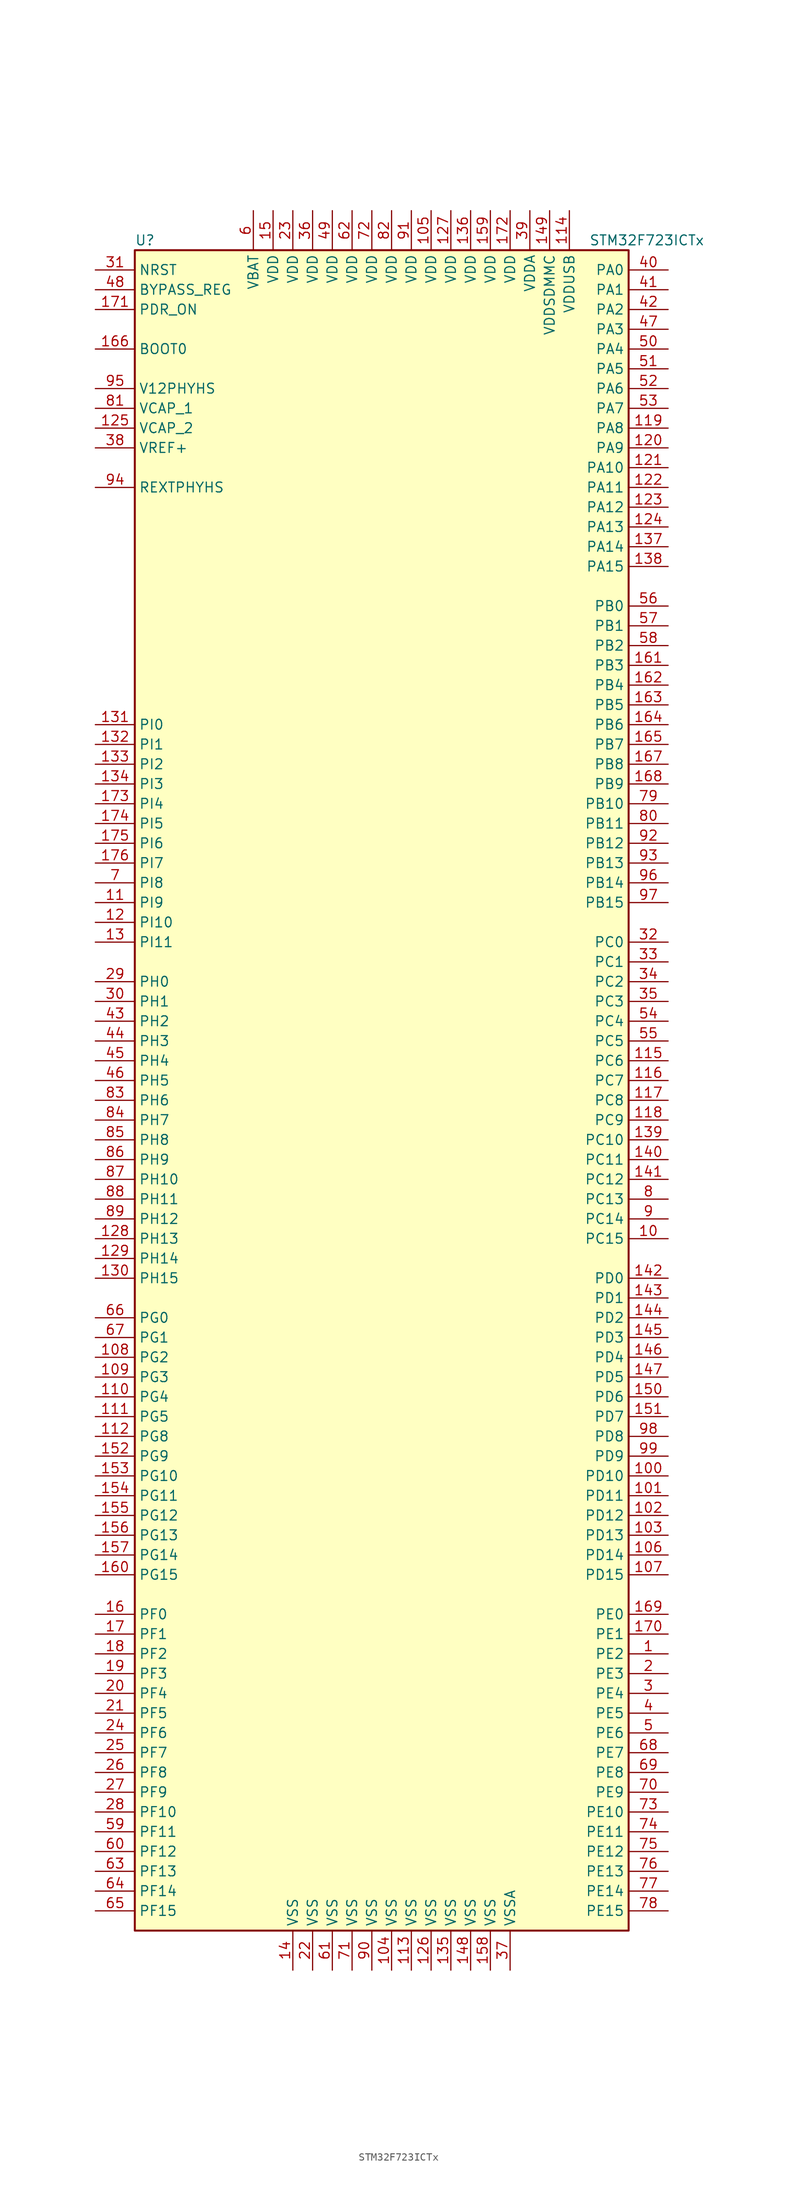
<source format=kicad_sym>
(kicad_symbol_lib
  (version 20201005)
  (generator kicad_symbol_editor)
  (symbol "STM32F723ICTx"
    (property "Reference" "U"
      (at -33.02 107.95 0)
      (effects (font (size 1.27 1.27)) (justify left)))
    (property "Value" "STM32F723ICTx"
      (at 25.4 107.95 0)
      (effects (font (size 1.27 1.27)) (justify left)))
    (symbol "STM32F723ICTx_0_1"
      (rectangle (start -33.02 -109.22) (end 30.48 106.68) (stroke (width 0.254)) (fill (type background))))
    (symbol "STM32F723ICTx_1_1"
      (pin input line (at -38.1 93.98 0) (length 5.08) (name "BOOT0" (effects (font (size 1.27 1.27)))) (number "166" (effects (font (size 1.27 1.27)))))
      (pin input line (at -38.1 101.6 0) (length 5.08) (name "BYPASS_REG" (effects (font (size 1.27 1.27)))) (number "48" (effects (font (size 1.27 1.27)))))
      (pin input line (at -38.1 104.14 0) (length 5.08) (name "NRST" (effects (font (size 1.27 1.27)))) (number "31" (effects (font (size 1.27 1.27)))))
      (pin bidirectional line (at 35.56 104.14 180) (length 5.08) (name "PA0" (effects (font (size 1.27 1.27)))) (number "40" (effects (font (size 1.27 1.27)))))
      (pin bidirectional line (at 35.56 101.6 180) (length 5.08) (name "PA1" (effects (font (size 1.27 1.27)))) (number "41" (effects (font (size 1.27 1.27)))))
      (pin bidirectional line (at 35.56 78.74 180) (length 5.08) (name "PA10" (effects (font (size 1.27 1.27)))) (number "121" (effects (font (size 1.27 1.27)))))
      (pin bidirectional line (at 35.56 76.2 180) (length 5.08) (name "PA11" (effects (font (size 1.27 1.27)))) (number "122" (effects (font (size 1.27 1.27)))))
      (pin bidirectional line (at 35.56 73.66 180) (length 5.08) (name "PA12" (effects (font (size 1.27 1.27)))) (number "123" (effects (font (size 1.27 1.27)))))
      (pin bidirectional line (at 35.56 71.12 180) (length 5.08) (name "PA13" (effects (font (size 1.27 1.27)))) (number "124" (effects (font (size 1.27 1.27)))))
      (pin bidirectional line (at 35.56 68.58 180) (length 5.08) (name "PA14" (effects (font (size 1.27 1.27)))) (number "137" (effects (font (size 1.27 1.27)))))
      (pin bidirectional line (at 35.56 66.04 180) (length 5.08) (name "PA15" (effects (font (size 1.27 1.27)))) (number "138" (effects (font (size 1.27 1.27)))))
      (pin bidirectional line (at 35.56 99.06 180) (length 5.08) (name "PA2" (effects (font (size 1.27 1.27)))) (number "42" (effects (font (size 1.27 1.27)))))
      (pin bidirectional line (at 35.56 96.52 180) (length 5.08) (name "PA3" (effects (font (size 1.27 1.27)))) (number "47" (effects (font (size 1.27 1.27)))))
      (pin bidirectional line (at 35.56 93.98 180) (length 5.08) (name "PA4" (effects (font (size 1.27 1.27)))) (number "50" (effects (font (size 1.27 1.27)))))
      (pin bidirectional line (at 35.56 91.44 180) (length 5.08) (name "PA5" (effects (font (size 1.27 1.27)))) (number "51" (effects (font (size 1.27 1.27)))))
      (pin bidirectional line (at 35.56 88.9 180) (length 5.08) (name "PA6" (effects (font (size 1.27 1.27)))) (number "52" (effects (font (size 1.27 1.27)))))
      (pin bidirectional line (at 35.56 86.36 180) (length 5.08) (name "PA7" (effects (font (size 1.27 1.27)))) (number "53" (effects (font (size 1.27 1.27)))))
      (pin bidirectional line (at 35.56 83.82 180) (length 5.08) (name "PA8" (effects (font (size 1.27 1.27)))) (number "119" (effects (font (size 1.27 1.27)))))
      (pin bidirectional line (at 35.56 81.28 180) (length 5.08) (name "PA9" (effects (font (size 1.27 1.27)))) (number "120" (effects (font (size 1.27 1.27)))))
      (pin bidirectional line (at 35.56 60.96 180) (length 5.08) (name "PB0" (effects (font (size 1.27 1.27)))) (number "56" (effects (font (size 1.27 1.27)))))
      (pin bidirectional line (at 35.56 58.42 180) (length 5.08) (name "PB1" (effects (font (size 1.27 1.27)))) (number "57" (effects (font (size 1.27 1.27)))))
      (pin bidirectional line (at 35.56 35.56 180) (length 5.08) (name "PB10" (effects (font (size 1.27 1.27)))) (number "79" (effects (font (size 1.27 1.27)))))
      (pin bidirectional line (at 35.56 33.02 180) (length 5.08) (name "PB11" (effects (font (size 1.27 1.27)))) (number "80" (effects (font (size 1.27 1.27)))))
      (pin bidirectional line (at 35.56 30.48 180) (length 5.08) (name "PB12" (effects (font (size 1.27 1.27)))) (number "92" (effects (font (size 1.27 1.27)))))
      (pin bidirectional line (at 35.56 27.94 180) (length 5.08) (name "PB13" (effects (font (size 1.27 1.27)))) (number "93" (effects (font (size 1.27 1.27)))))
      (pin bidirectional line (at 35.56 25.4 180) (length 5.08) (name "PB14" (effects (font (size 1.27 1.27)))) (number "96" (effects (font (size 1.27 1.27)))))
      (pin bidirectional line (at 35.56 22.86 180) (length 5.08) (name "PB15" (effects (font (size 1.27 1.27)))) (number "97" (effects (font (size 1.27 1.27)))))
      (pin bidirectional line (at 35.56 55.88 180) (length 5.08) (name "PB2" (effects (font (size 1.27 1.27)))) (number "58" (effects (font (size 1.27 1.27)))))
      (pin bidirectional line (at 35.56 53.34 180) (length 5.08) (name "PB3" (effects (font (size 1.27 1.27)))) (number "161" (effects (font (size 1.27 1.27)))))
      (pin bidirectional line (at 35.56 50.8 180) (length 5.08) (name "PB4" (effects (font (size 1.27 1.27)))) (number "162" (effects (font (size 1.27 1.27)))))
      (pin bidirectional line (at 35.56 48.26 180) (length 5.08) (name "PB5" (effects (font (size 1.27 1.27)))) (number "163" (effects (font (size 1.27 1.27)))))
      (pin bidirectional line (at 35.56 45.72 180) (length 5.08) (name "PB6" (effects (font (size 1.27 1.27)))) (number "164" (effects (font (size 1.27 1.27)))))
      (pin bidirectional line (at 35.56 43.18 180) (length 5.08) (name "PB7" (effects (font (size 1.27 1.27)))) (number "165" (effects (font (size 1.27 1.27)))))
      (pin bidirectional line (at 35.56 40.64 180) (length 5.08) (name "PB8" (effects (font (size 1.27 1.27)))) (number "167" (effects (font (size 1.27 1.27)))))
      (pin bidirectional line (at 35.56 38.1 180) (length 5.08) (name "PB9" (effects (font (size 1.27 1.27)))) (number "168" (effects (font (size 1.27 1.27)))))
      (pin bidirectional line (at 35.56 17.78 180) (length 5.08) (name "PC0" (effects (font (size 1.27 1.27)))) (number "32" (effects (font (size 1.27 1.27)))))
      (pin bidirectional line (at 35.56 15.24 180) (length 5.08) (name "PC1" (effects (font (size 1.27 1.27)))) (number "33" (effects (font (size 1.27 1.27)))))
      (pin bidirectional line (at 35.56 -7.62 180) (length 5.08) (name "PC10" (effects (font (size 1.27 1.27)))) (number "139" (effects (font (size 1.27 1.27)))))
      (pin bidirectional line (at 35.56 -10.16 180) (length 5.08) (name "PC11" (effects (font (size 1.27 1.27)))) (number "140" (effects (font (size 1.27 1.27)))))
      (pin bidirectional line (at 35.56 -12.7 180) (length 5.08) (name "PC12" (effects (font (size 1.27 1.27)))) (number "141" (effects (font (size 1.27 1.27)))))
      (pin bidirectional line (at 35.56 -15.24 180) (length 5.08) (name "PC13" (effects (font (size 1.27 1.27)))) (number "8" (effects (font (size 1.27 1.27)))))
      (pin bidirectional line (at 35.56 -17.78 180) (length 5.08) (name "PC14" (effects (font (size 1.27 1.27)))) (number "9" (effects (font (size 1.27 1.27)))))
      (pin bidirectional line (at 35.56 -20.32 180) (length 5.08) (name "PC15" (effects (font (size 1.27 1.27)))) (number "10" (effects (font (size 1.27 1.27)))))
      (pin bidirectional line (at 35.56 12.7 180) (length 5.08) (name "PC2" (effects (font (size 1.27 1.27)))) (number "34" (effects (font (size 1.27 1.27)))))
      (pin bidirectional line (at 35.56 10.16 180) (length 5.08) (name "PC3" (effects (font (size 1.27 1.27)))) (number "35" (effects (font (size 1.27 1.27)))))
      (pin bidirectional line (at 35.56 7.62 180) (length 5.08) (name "PC4" (effects (font (size 1.27 1.27)))) (number "54" (effects (font (size 1.27 1.27)))))
      (pin bidirectional line (at 35.56 5.08 180) (length 5.08) (name "PC5" (effects (font (size 1.27 1.27)))) (number "55" (effects (font (size 1.27 1.27)))))
      (pin bidirectional line (at 35.56 2.54 180) (length 5.08) (name "PC6" (effects (font (size 1.27 1.27)))) (number "115" (effects (font (size 1.27 1.27)))))
      (pin bidirectional line (at 35.56 0 180) (length 5.08) (name "PC7" (effects (font (size 1.27 1.27)))) (number "116" (effects (font (size 1.27 1.27)))))
      (pin bidirectional line (at 35.56 -2.54 180) (length 5.08) (name "PC8" (effects (font (size 1.27 1.27)))) (number "117" (effects (font (size 1.27 1.27)))))
      (pin bidirectional line (at 35.56 -5.08 180) (length 5.08) (name "PC9" (effects (font (size 1.27 1.27)))) (number "118" (effects (font (size 1.27 1.27)))))
      (pin bidirectional line (at 35.56 -25.4 180) (length 5.08) (name "PD0" (effects (font (size 1.27 1.27)))) (number "142" (effects (font (size 1.27 1.27)))))
      (pin bidirectional line (at 35.56 -27.94 180) (length 5.08) (name "PD1" (effects (font (size 1.27 1.27)))) (number "143" (effects (font (size 1.27 1.27)))))
      (pin bidirectional line (at 35.56 -50.8 180) (length 5.08) (name "PD10" (effects (font (size 1.27 1.27)))) (number "100" (effects (font (size 1.27 1.27)))))
      (pin bidirectional line (at 35.56 -53.34 180) (length 5.08) (name "PD11" (effects (font (size 1.27 1.27)))) (number "101" (effects (font (size 1.27 1.27)))))
      (pin bidirectional line (at 35.56 -55.88 180) (length 5.08) (name "PD12" (effects (font (size 1.27 1.27)))) (number "102" (effects (font (size 1.27 1.27)))))
      (pin bidirectional line (at 35.56 -58.42 180) (length 5.08) (name "PD13" (effects (font (size 1.27 1.27)))) (number "103" (effects (font (size 1.27 1.27)))))
      (pin bidirectional line (at 35.56 -60.96 180) (length 5.08) (name "PD14" (effects (font (size 1.27 1.27)))) (number "106" (effects (font (size 1.27 1.27)))))
      (pin bidirectional line (at 35.56 -63.5 180) (length 5.08) (name "PD15" (effects (font (size 1.27 1.27)))) (number "107" (effects (font (size 1.27 1.27)))))
      (pin bidirectional line (at 35.56 -30.48 180) (length 5.08) (name "PD2" (effects (font (size 1.27 1.27)))) (number "144" (effects (font (size 1.27 1.27)))))
      (pin bidirectional line (at 35.56 -33.02 180) (length 5.08) (name "PD3" (effects (font (size 1.27 1.27)))) (number "145" (effects (font (size 1.27 1.27)))))
      (pin bidirectional line (at 35.56 -35.56 180) (length 5.08) (name "PD4" (effects (font (size 1.27 1.27)))) (number "146" (effects (font (size 1.27 1.27)))))
      (pin bidirectional line (at 35.56 -38.1 180) (length 5.08) (name "PD5" (effects (font (size 1.27 1.27)))) (number "147" (effects (font (size 1.27 1.27)))))
      (pin bidirectional line (at 35.56 -40.64 180) (length 5.08) (name "PD6" (effects (font (size 1.27 1.27)))) (number "150" (effects (font (size 1.27 1.27)))))
      (pin bidirectional line (at 35.56 -43.18 180) (length 5.08) (name "PD7" (effects (font (size 1.27 1.27)))) (number "151" (effects (font (size 1.27 1.27)))))
      (pin bidirectional line (at 35.56 -45.72 180) (length 5.08) (name "PD8" (effects (font (size 1.27 1.27)))) (number "98" (effects (font (size 1.27 1.27)))))
      (pin bidirectional line (at 35.56 -48.26 180) (length 5.08) (name "PD9" (effects (font (size 1.27 1.27)))) (number "99" (effects (font (size 1.27 1.27)))))
      (pin input line (at -38.1 99.06 0) (length 5.08) (name "PDR_ON" (effects (font (size 1.27 1.27)))) (number "171" (effects (font (size 1.27 1.27)))))
      (pin bidirectional line (at 35.56 -68.58 180) (length 5.08) (name "PE0" (effects (font (size 1.27 1.27)))) (number "169" (effects (font (size 1.27 1.27)))))
      (pin bidirectional line (at 35.56 -71.12 180) (length 5.08) (name "PE1" (effects (font (size 1.27 1.27)))) (number "170" (effects (font (size 1.27 1.27)))))
      (pin bidirectional line (at 35.56 -93.98 180) (length 5.08) (name "PE10" (effects (font (size 1.27 1.27)))) (number "73" (effects (font (size 1.27 1.27)))))
      (pin bidirectional line (at 35.56 -96.52 180) (length 5.08) (name "PE11" (effects (font (size 1.27 1.27)))) (number "74" (effects (font (size 1.27 1.27)))))
      (pin bidirectional line (at 35.56 -99.06 180) (length 5.08) (name "PE12" (effects (font (size 1.27 1.27)))) (number "75" (effects (font (size 1.27 1.27)))))
      (pin bidirectional line (at 35.56 -101.6 180) (length 5.08) (name "PE13" (effects (font (size 1.27 1.27)))) (number "76" (effects (font (size 1.27 1.27)))))
      (pin bidirectional line (at 35.56 -104.14 180) (length 5.08) (name "PE14" (effects (font (size 1.27 1.27)))) (number "77" (effects (font (size 1.27 1.27)))))
      (pin bidirectional line (at 35.56 -106.68 180) (length 5.08) (name "PE15" (effects (font (size 1.27 1.27)))) (number "78" (effects (font (size 1.27 1.27)))))
      (pin bidirectional line (at 35.56 -73.66 180) (length 5.08) (name "PE2" (effects (font (size 1.27 1.27)))) (number "1" (effects (font (size 1.27 1.27)))))
      (pin bidirectional line (at 35.56 -76.2 180) (length 5.08) (name "PE3" (effects (font (size 1.27 1.27)))) (number "2" (effects (font (size 1.27 1.27)))))
      (pin bidirectional line (at 35.56 -78.74 180) (length 5.08) (name "PE4" (effects (font (size 1.27 1.27)))) (number "3" (effects (font (size 1.27 1.27)))))
      (pin bidirectional line (at 35.56 -81.28 180) (length 5.08) (name "PE5" (effects (font (size 1.27 1.27)))) (number "4" (effects (font (size 1.27 1.27)))))
      (pin bidirectional line (at 35.56 -83.82 180) (length 5.08) (name "PE6" (effects (font (size 1.27 1.27)))) (number "5" (effects (font (size 1.27 1.27)))))
      (pin bidirectional line (at 35.56 -86.36 180) (length 5.08) (name "PE7" (effects (font (size 1.27 1.27)))) (number "68" (effects (font (size 1.27 1.27)))))
      (pin bidirectional line (at 35.56 -88.9 180) (length 5.08) (name "PE8" (effects (font (size 1.27 1.27)))) (number "69" (effects (font (size 1.27 1.27)))))
      (pin bidirectional line (at 35.56 -91.44 180) (length 5.08) (name "PE9" (effects (font (size 1.27 1.27)))) (number "70" (effects (font (size 1.27 1.27)))))
      (pin bidirectional line (at -38.1 -68.58 0) (length 5.08) (name "PF0" (effects (font (size 1.27 1.27)))) (number "16" (effects (font (size 1.27 1.27)))))
      (pin bidirectional line (at -38.1 -71.12 0) (length 5.08) (name "PF1" (effects (font (size 1.27 1.27)))) (number "17" (effects (font (size 1.27 1.27)))))
      (pin bidirectional line (at -38.1 -93.98 0) (length 5.08) (name "PF10" (effects (font (size 1.27 1.27)))) (number "28" (effects (font (size 1.27 1.27)))))
      (pin bidirectional line (at -38.1 -96.52 0) (length 5.08) (name "PF11" (effects (font (size 1.27 1.27)))) (number "59" (effects (font (size 1.27 1.27)))))
      (pin bidirectional line (at -38.1 -99.06 0) (length 5.08) (name "PF12" (effects (font (size 1.27 1.27)))) (number "60" (effects (font (size 1.27 1.27)))))
      (pin bidirectional line (at -38.1 -101.6 0) (length 5.08) (name "PF13" (effects (font (size 1.27 1.27)))) (number "63" (effects (font (size 1.27 1.27)))))
      (pin bidirectional line (at -38.1 -104.14 0) (length 5.08) (name "PF14" (effects (font (size 1.27 1.27)))) (number "64" (effects (font (size 1.27 1.27)))))
      (pin bidirectional line (at -38.1 -106.68 0) (length 5.08) (name "PF15" (effects (font (size 1.27 1.27)))) (number "65" (effects (font (size 1.27 1.27)))))
      (pin bidirectional line (at -38.1 -73.66 0) (length 5.08) (name "PF2" (effects (font (size 1.27 1.27)))) (number "18" (effects (font (size 1.27 1.27)))))
      (pin bidirectional line (at -38.1 -76.2 0) (length 5.08) (name "PF3" (effects (font (size 1.27 1.27)))) (number "19" (effects (font (size 1.27 1.27)))))
      (pin bidirectional line (at -38.1 -78.74 0) (length 5.08) (name "PF4" (effects (font (size 1.27 1.27)))) (number "20" (effects (font (size 1.27 1.27)))))
      (pin bidirectional line (at -38.1 -81.28 0) (length 5.08) (name "PF5" (effects (font (size 1.27 1.27)))) (number "21" (effects (font (size 1.27 1.27)))))
      (pin bidirectional line (at -38.1 -83.82 0) (length 5.08) (name "PF6" (effects (font (size 1.27 1.27)))) (number "24" (effects (font (size 1.27 1.27)))))
      (pin bidirectional line (at -38.1 -86.36 0) (length 5.08) (name "PF7" (effects (font (size 1.27 1.27)))) (number "25" (effects (font (size 1.27 1.27)))))
      (pin bidirectional line (at -38.1 -88.9 0) (length 5.08) (name "PF8" (effects (font (size 1.27 1.27)))) (number "26" (effects (font (size 1.27 1.27)))))
      (pin bidirectional line (at -38.1 -91.44 0) (length 5.08) (name "PF9" (effects (font (size 1.27 1.27)))) (number "27" (effects (font (size 1.27 1.27)))))
      (pin bidirectional line (at -38.1 -30.48 0) (length 5.08) (name "PG0" (effects (font (size 1.27 1.27)))) (number "66" (effects (font (size 1.27 1.27)))))
      (pin bidirectional line (at -38.1 -33.02 0) (length 5.08) (name "PG1" (effects (font (size 1.27 1.27)))) (number "67" (effects (font (size 1.27 1.27)))))
      (pin bidirectional line (at -38.1 -50.8 0) (length 5.08) (name "PG10" (effects (font (size 1.27 1.27)))) (number "153" (effects (font (size 1.27 1.27)))))
      (pin bidirectional line (at -38.1 -53.34 0) (length 5.08) (name "PG11" (effects (font (size 1.27 1.27)))) (number "154" (effects (font (size 1.27 1.27)))))
      (pin bidirectional line (at -38.1 -55.88 0) (length 5.08) (name "PG12" (effects (font (size 1.27 1.27)))) (number "155" (effects (font (size 1.27 1.27)))))
      (pin bidirectional line (at -38.1 -58.42 0) (length 5.08) (name "PG13" (effects (font (size 1.27 1.27)))) (number "156" (effects (font (size 1.27 1.27)))))
      (pin bidirectional line (at -38.1 -60.96 0) (length 5.08) (name "PG14" (effects (font (size 1.27 1.27)))) (number "157" (effects (font (size 1.27 1.27)))))
      (pin bidirectional line (at -38.1 -63.5 0) (length 5.08) (name "PG15" (effects (font (size 1.27 1.27)))) (number "160" (effects (font (size 1.27 1.27)))))
      (pin bidirectional line (at -38.1 -35.56 0) (length 5.08) (name "PG2" (effects (font (size 1.27 1.27)))) (number "108" (effects (font (size 1.27 1.27)))))
      (pin bidirectional line (at -38.1 -38.1 0) (length 5.08) (name "PG3" (effects (font (size 1.27 1.27)))) (number "109" (effects (font (size 1.27 1.27)))))
      (pin bidirectional line (at -38.1 -40.64 0) (length 5.08) (name "PG4" (effects (font (size 1.27 1.27)))) (number "110" (effects (font (size 1.27 1.27)))))
      (pin bidirectional line (at -38.1 -43.18 0) (length 5.08) (name "PG5" (effects (font (size 1.27 1.27)))) (number "111" (effects (font (size 1.27 1.27)))))
      (pin bidirectional line (at -38.1 -45.72 0) (length 5.08) (name "PG8" (effects (font (size 1.27 1.27)))) (number "112" (effects (font (size 1.27 1.27)))))
      (pin bidirectional line (at -38.1 -48.26 0) (length 5.08) (name "PG9" (effects (font (size 1.27 1.27)))) (number "152" (effects (font (size 1.27 1.27)))))
      (pin input line (at -38.1 12.7 0) (length 5.08) (name "PH0" (effects (font (size 1.27 1.27)))) (number "29" (effects (font (size 1.27 1.27)))))
      (pin input line (at -38.1 10.16 0) (length 5.08) (name "PH1" (effects (font (size 1.27 1.27)))) (number "30" (effects (font (size 1.27 1.27)))))
      (pin bidirectional line (at -38.1 -12.7 0) (length 5.08) (name "PH10" (effects (font (size 1.27 1.27)))) (number "87" (effects (font (size 1.27 1.27)))))
      (pin bidirectional line (at -38.1 -15.24 0) (length 5.08) (name "PH11" (effects (font (size 1.27 1.27)))) (number "88" (effects (font (size 1.27 1.27)))))
      (pin bidirectional line (at -38.1 -17.78 0) (length 5.08) (name "PH12" (effects (font (size 1.27 1.27)))) (number "89" (effects (font (size 1.27 1.27)))))
      (pin bidirectional line (at -38.1 -20.32 0) (length 5.08) (name "PH13" (effects (font (size 1.27 1.27)))) (number "128" (effects (font (size 1.27 1.27)))))
      (pin bidirectional line (at -38.1 -22.86 0) (length 5.08) (name "PH14" (effects (font (size 1.27 1.27)))) (number "129" (effects (font (size 1.27 1.27)))))
      (pin bidirectional line (at -38.1 -25.4 0) (length 5.08) (name "PH15" (effects (font (size 1.27 1.27)))) (number "130" (effects (font (size 1.27 1.27)))))
      (pin bidirectional line (at -38.1 7.62 0) (length 5.08) (name "PH2" (effects (font (size 1.27 1.27)))) (number "43" (effects (font (size 1.27 1.27)))))
      (pin bidirectional line (at -38.1 5.08 0) (length 5.08) (name "PH3" (effects (font (size 1.27 1.27)))) (number "44" (effects (font (size 1.27 1.27)))))
      (pin bidirectional line (at -38.1 2.54 0) (length 5.08) (name "PH4" (effects (font (size 1.27 1.27)))) (number "45" (effects (font (size 1.27 1.27)))))
      (pin bidirectional line (at -38.1 0 0) (length 5.08) (name "PH5" (effects (font (size 1.27 1.27)))) (number "46" (effects (font (size 1.27 1.27)))))
      (pin bidirectional line (at -38.1 -2.54 0) (length 5.08) (name "PH6" (effects (font (size 1.27 1.27)))) (number "83" (effects (font (size 1.27 1.27)))))
      (pin bidirectional line (at -38.1 -5.08 0) (length 5.08) (name "PH7" (effects (font (size 1.27 1.27)))) (number "84" (effects (font (size 1.27 1.27)))))
      (pin bidirectional line (at -38.1 -7.62 0) (length 5.08) (name "PH8" (effects (font (size 1.27 1.27)))) (number "85" (effects (font (size 1.27 1.27)))))
      (pin bidirectional line (at -38.1 -10.16 0) (length 5.08) (name "PH9" (effects (font (size 1.27 1.27)))) (number "86" (effects (font (size 1.27 1.27)))))
      (pin bidirectional line (at -38.1 45.72 0) (length 5.08) (name "PI0" (effects (font (size 1.27 1.27)))) (number "131" (effects (font (size 1.27 1.27)))))
      (pin bidirectional line (at -38.1 43.18 0) (length 5.08) (name "PI1" (effects (font (size 1.27 1.27)))) (number "132" (effects (font (size 1.27 1.27)))))
      (pin bidirectional line (at -38.1 20.32 0) (length 5.08) (name "PI10" (effects (font (size 1.27 1.27)))) (number "12" (effects (font (size 1.27 1.27)))))
      (pin bidirectional line (at -38.1 17.78 0) (length 5.08) (name "PI11" (effects (font (size 1.27 1.27)))) (number "13" (effects (font (size 1.27 1.27)))))
      (pin bidirectional line (at -38.1 40.64 0) (length 5.08) (name "PI2" (effects (font (size 1.27 1.27)))) (number "133" (effects (font (size 1.27 1.27)))))
      (pin bidirectional line (at -38.1 38.1 0) (length 5.08) (name "PI3" (effects (font (size 1.27 1.27)))) (number "134" (effects (font (size 1.27 1.27)))))
      (pin bidirectional line (at -38.1 35.56 0) (length 5.08) (name "PI4" (effects (font (size 1.27 1.27)))) (number "173" (effects (font (size 1.27 1.27)))))
      (pin bidirectional line (at -38.1 33.02 0) (length 5.08) (name "PI5" (effects (font (size 1.27 1.27)))) (number "174" (effects (font (size 1.27 1.27)))))
      (pin bidirectional line (at -38.1 30.48 0) (length 5.08) (name "PI6" (effects (font (size 1.27 1.27)))) (number "175" (effects (font (size 1.27 1.27)))))
      (pin bidirectional line (at -38.1 27.94 0) (length 5.08) (name "PI7" (effects (font (size 1.27 1.27)))) (number "176" (effects (font (size 1.27 1.27)))))
      (pin bidirectional line (at -38.1 25.4 0) (length 5.08) (name "PI8" (effects (font (size 1.27 1.27)))) (number "7" (effects (font (size 1.27 1.27)))))
      (pin bidirectional line (at -38.1 22.86 0) (length 5.08) (name "PI9" (effects (font (size 1.27 1.27)))) (number "11" (effects (font (size 1.27 1.27)))))
      (pin bidirectional line (at -38.1 76.2 0) (length 5.08) (name "REXTPHYHS" (effects (font (size 1.27 1.27)))) (number "94" (effects (font (size 1.27 1.27)))))
      (pin power_in line (at -38.1 88.9 0) (length 5.08) (name "V12PHYHS" (effects (font (size 1.27 1.27)))) (number "95" (effects (font (size 1.27 1.27)))))
      (pin power_in line (at -17.78 111.76 270) (length 5.08) (name "VBAT" (effects (font (size 1.27 1.27)))) (number "6" (effects (font (size 1.27 1.27)))))
      (pin power_in line (at -38.1 86.36 0) (length 5.08) (name "VCAP_1" (effects (font (size 1.27 1.27)))) (number "81" (effects (font (size 1.27 1.27)))))
      (pin power_in line (at -38.1 83.82 0) (length 5.08) (name "VCAP_2" (effects (font (size 1.27 1.27)))) (number "125" (effects (font (size 1.27 1.27)))))
      (pin power_in line (at 5.08 111.76 270) (length 5.08) (name "VDD" (effects (font (size 1.27 1.27)))) (number "105" (effects (font (size 1.27 1.27)))))
      (pin power_in line (at 7.62 111.76 270) (length 5.08) (name "VDD" (effects (font (size 1.27 1.27)))) (number "127" (effects (font (size 1.27 1.27)))))
      (pin power_in line (at 10.16 111.76 270) (length 5.08) (name "VDD" (effects (font (size 1.27 1.27)))) (number "136" (effects (font (size 1.27 1.27)))))
      (pin power_in line (at -15.24 111.76 270) (length 5.08) (name "VDD" (effects (font (size 1.27 1.27)))) (number "15" (effects (font (size 1.27 1.27)))))
      (pin power_in line (at 12.7 111.76 270) (length 5.08) (name "VDD" (effects (font (size 1.27 1.27)))) (number "159" (effects (font (size 1.27 1.27)))))
      (pin power_in line (at 15.24 111.76 270) (length 5.08) (name "VDD" (effects (font (size 1.27 1.27)))) (number "172" (effects (font (size 1.27 1.27)))))
      (pin power_in line (at -12.7 111.76 270) (length 5.08) (name "VDD" (effects (font (size 1.27 1.27)))) (number "23" (effects (font (size 1.27 1.27)))))
      (pin power_in line (at -10.16 111.76 270) (length 5.08) (name "VDD" (effects (font (size 1.27 1.27)))) (number "36" (effects (font (size 1.27 1.27)))))
      (pin power_in line (at -7.62 111.76 270) (length 5.08) (name "VDD" (effects (font (size 1.27 1.27)))) (number "49" (effects (font (size 1.27 1.27)))))
      (pin power_in line (at -5.08 111.76 270) (length 5.08) (name "VDD" (effects (font (size 1.27 1.27)))) (number "62" (effects (font (size 1.27 1.27)))))
      (pin power_in line (at -2.54 111.76 270) (length 5.08) (name "VDD" (effects (font (size 1.27 1.27)))) (number "72" (effects (font (size 1.27 1.27)))))
      (pin power_in line (at 0 111.76 270) (length 5.08) (name "VDD" (effects (font (size 1.27 1.27)))) (number "82" (effects (font (size 1.27 1.27)))))
      (pin power_in line (at 2.54 111.76 270) (length 5.08) (name "VDD" (effects (font (size 1.27 1.27)))) (number "91" (effects (font (size 1.27 1.27)))))
      (pin power_in line (at 17.78 111.76 270) (length 5.08) (name "VDDA" (effects (font (size 1.27 1.27)))) (number "39" (effects (font (size 1.27 1.27)))))
      (pin power_in line (at 20.32 111.76 270) (length 5.08) (name "VDDSDMMC" (effects (font (size 1.27 1.27)))) (number "149" (effects (font (size 1.27 1.27)))))
      (pin power_in line (at 22.86 111.76 270) (length 5.08) (name "VDDUSB" (effects (font (size 1.27 1.27)))) (number "114" (effects (font (size 1.27 1.27)))))
      (pin power_in line (at -38.1 81.28 0) (length 5.08) (name "VREF+" (effects (font (size 1.27 1.27)))) (number "38" (effects (font (size 1.27 1.27)))))
      (pin power_in line (at 0 -114.3 90) (length 5.08) (name "VSS" (effects (font (size 1.27 1.27)))) (number "104" (effects (font (size 1.27 1.27)))))
      (pin power_in line (at 2.54 -114.3 90) (length 5.08) (name "VSS" (effects (font (size 1.27 1.27)))) (number "113" (effects (font (size 1.27 1.27)))))
      (pin power_in line (at 5.08 -114.3 90) (length 5.08) (name "VSS" (effects (font (size 1.27 1.27)))) (number "126" (effects (font (size 1.27 1.27)))))
      (pin power_in line (at 7.62 -114.3 90) (length 5.08) (name "VSS" (effects (font (size 1.27 1.27)))) (number "135" (effects (font (size 1.27 1.27)))))
      (pin power_in line (at -12.7 -114.3 90) (length 5.08) (name "VSS" (effects (font (size 1.27 1.27)))) (number "14" (effects (font (size 1.27 1.27)))))
      (pin power_in line (at 10.16 -114.3 90) (length 5.08) (name "VSS" (effects (font (size 1.27 1.27)))) (number "148" (effects (font (size 1.27 1.27)))))
      (pin power_in line (at 12.7 -114.3 90) (length 5.08) (name "VSS" (effects (font (size 1.27 1.27)))) (number "158" (effects (font (size 1.27 1.27)))))
      (pin power_in line (at -10.16 -114.3 90) (length 5.08) (name "VSS" (effects (font (size 1.27 1.27)))) (number "22" (effects (font (size 1.27 1.27)))))
      (pin power_in line (at -7.62 -114.3 90) (length 5.08) (name "VSS" (effects (font (size 1.27 1.27)))) (number "61" (effects (font (size 1.27 1.27)))))
      (pin power_in line (at -5.08 -114.3 90) (length 5.08) (name "VSS" (effects (font (size 1.27 1.27)))) (number "71" (effects (font (size 1.27 1.27)))))
      (pin power_in line (at -2.54 -114.3 90) (length 5.08) (name "VSS" (effects (font (size 1.27 1.27)))) (number "90" (effects (font (size 1.27 1.27)))))
      (pin power_in line (at 15.24 -114.3 90) (length 5.08) (name "VSSA" (effects (font (size 1.27 1.27)))) (number "37" (effects (font (size 1.27 1.27))))))))
</source>
